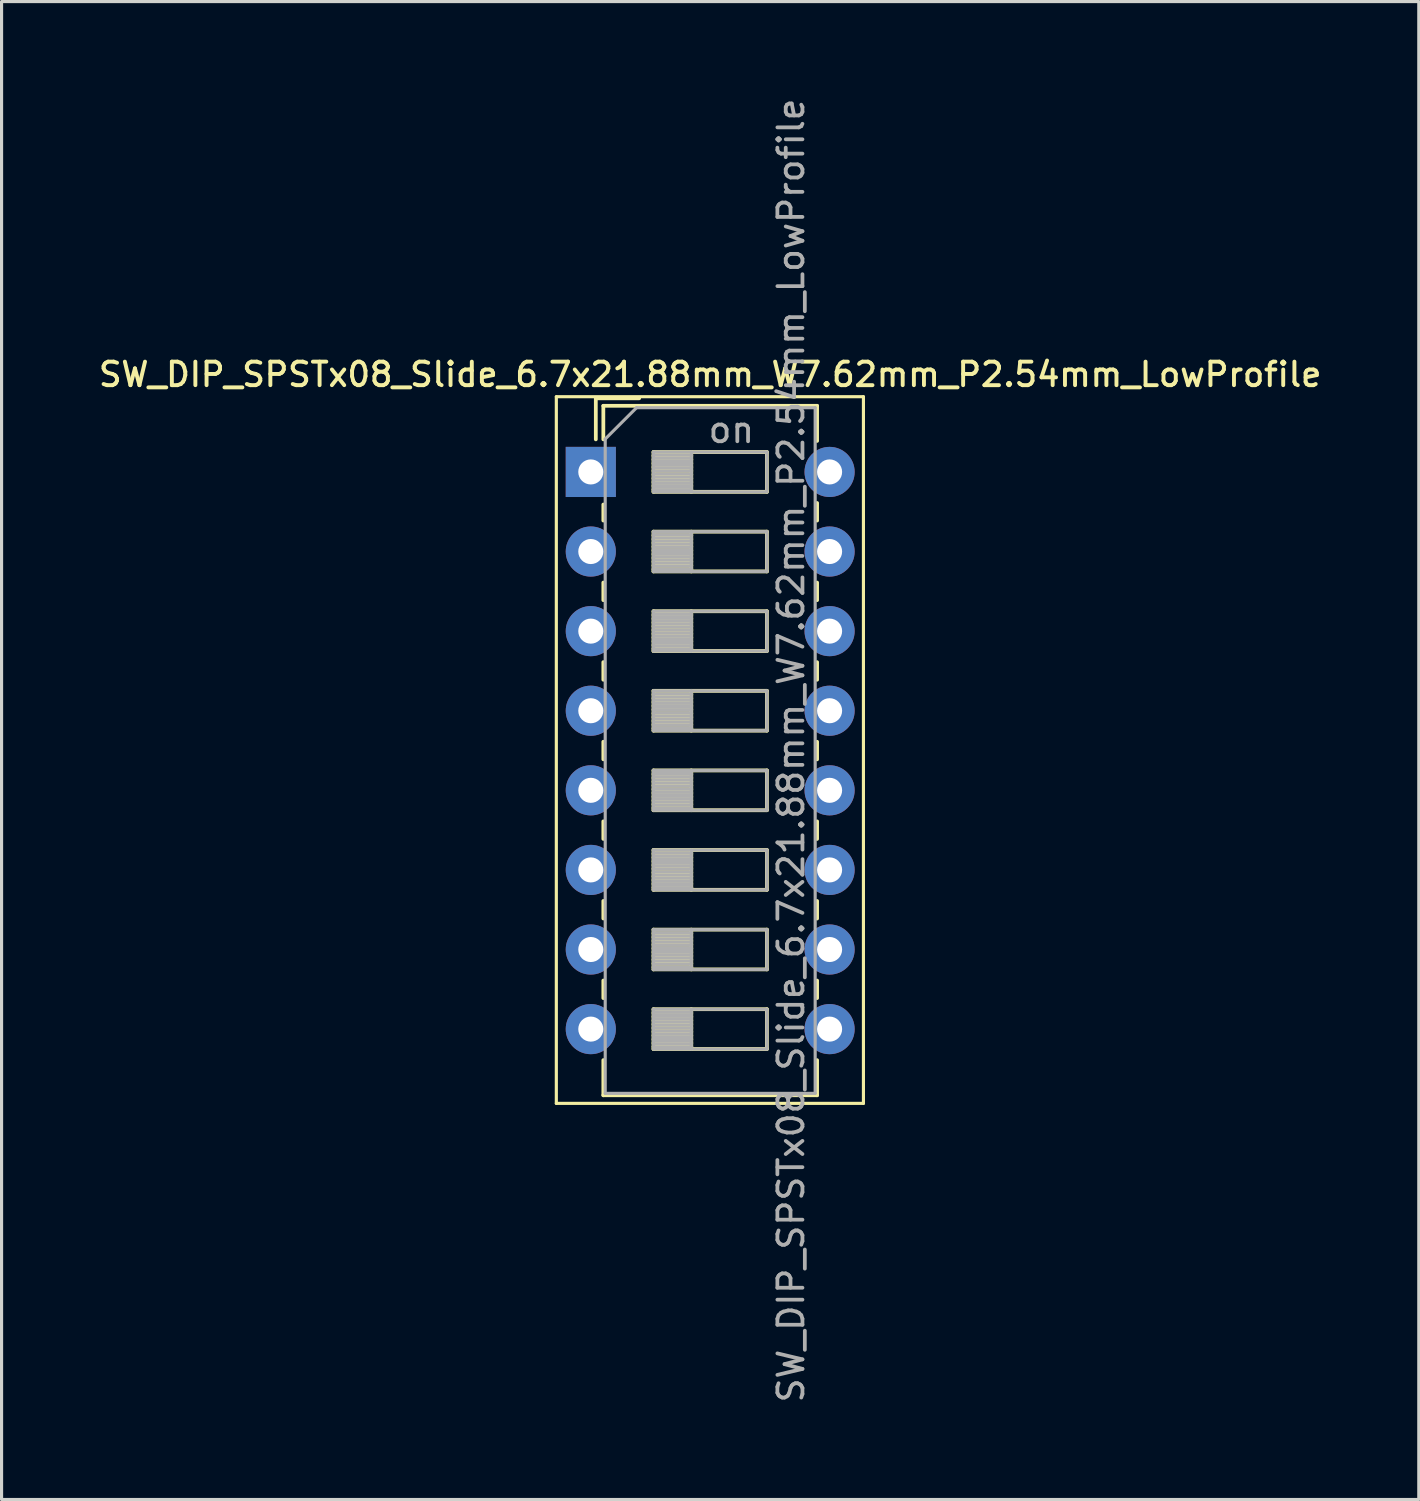
<source format=kicad_pcb>
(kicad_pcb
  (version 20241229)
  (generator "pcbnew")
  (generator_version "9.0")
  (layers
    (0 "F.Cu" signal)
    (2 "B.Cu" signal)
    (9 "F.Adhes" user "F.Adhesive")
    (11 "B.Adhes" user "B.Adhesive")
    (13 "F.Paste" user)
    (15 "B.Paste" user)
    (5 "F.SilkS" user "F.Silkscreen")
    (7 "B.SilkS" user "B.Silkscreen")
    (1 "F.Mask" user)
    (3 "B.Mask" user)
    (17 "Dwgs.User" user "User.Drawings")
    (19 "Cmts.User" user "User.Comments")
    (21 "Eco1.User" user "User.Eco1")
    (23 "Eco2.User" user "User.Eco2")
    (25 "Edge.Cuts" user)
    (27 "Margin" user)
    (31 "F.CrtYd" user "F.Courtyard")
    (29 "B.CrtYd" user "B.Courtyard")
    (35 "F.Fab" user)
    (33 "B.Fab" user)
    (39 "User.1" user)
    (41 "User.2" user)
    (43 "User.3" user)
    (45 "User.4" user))
  (footprint "SW_DIP_SPSTx08_Slide_6.7x21.88mm_W7.62mm_P2.54mm_LowProfile"
    (layer "F.Cu")
    (at 15.803 12.01)
    (property "Reference" "SW_DIP_SPSTx08_Slide_6.7x21.88mm_W7.62mm_P2.54mm_LowProfile" (at 3.81 -3.11 0) (layer "F.SilkS") (effects (font (size 0.75 0.75) (thickness 0.125))))
    (attr through_hole)
    (fp_line (start -1.1 -2.4) (end -1.1 20.15) (stroke (width 0.1) (type solid)) (layer "F.SilkS"))
    (fp_line (start -1.1 20.15) (end 8.7 20.15) (stroke (width 0.1) (type solid)) (layer "F.SilkS"))
    (fp_line (start 0.16 -2.35) (end 0.16 -1.04) (stroke (width 0.12) (type solid)) (layer "F.SilkS"))
    (fp_line (start 0.16 -2.35) (end 1.543 -2.35) (stroke (width 0.12) (type solid)) (layer "F.SilkS"))
    (fp_line (start 0.4 -2.11) (end 0.4 -1.04) (stroke (width 0.12) (type solid)) (layer "F.SilkS"))
    (fp_line (start 0.4 -2.11) (end 7.221 -2.11) (stroke (width 0.12) (type solid)) (layer "F.SilkS"))
    (fp_line (start 0.4 1.04) (end 0.4 1.551) (stroke (width 0.12) (type solid)) (layer "F.SilkS"))
    (fp_line (start 0.4 3.53) (end 0.4 4.091) (stroke (width 0.12) (type solid)) (layer "F.SilkS"))
    (fp_line (start 0.4 6.07) (end 0.4 6.631) (stroke (width 0.12) (type solid)) (layer "F.SilkS"))
    (fp_line (start 0.4 8.61) (end 0.4 9.17) (stroke (width 0.12) (type solid)) (layer "F.SilkS"))
    (fp_line (start 0.4 11.15) (end 0.4 11.71) (stroke (width 0.12) (type solid)) (layer "F.SilkS"))
    (fp_line (start 0.4 13.69) (end 0.4 14.25) (stroke (width 0.12) (type solid)) (layer "F.SilkS"))
    (fp_line (start 0.4 16.23) (end 0.4 16.79) (stroke (width 0.12) (type solid)) (layer "F.SilkS"))
    (fp_line (start 0.4 18.77) (end 0.4 19.891) (stroke (width 0.12) (type solid)) (layer "F.SilkS"))
    (fp_line (start 0.4 19.891) (end 7.221 19.891) (stroke (width 0.12) (type solid)) (layer "F.SilkS"))
    (fp_line (start 2 -0.635) (end 2 0.635) (stroke (width 0.12) (type solid)) (layer "F.SilkS"))
    (fp_line (start 2 -0.515) (end 3.207 -0.515) (stroke (width 0.12) (type solid)) (layer "F.SilkS"))
    (fp_line (start 2 -0.395) (end 3.207 -0.395) (stroke (width 0.12) (type solid)) (layer "F.SilkS"))
    (fp_line (start 2 -0.275) (end 3.207 -0.275) (stroke (width 0.12) (type solid)) (layer "F.SilkS"))
    (fp_line (start 2 -0.155) (end 3.207 -0.155) (stroke (width 0.12) (type solid)) (layer "F.SilkS"))
    (fp_line (start 2 -0.035) (end 3.207 -0.035) (stroke (width 0.12) (type solid)) (layer "F.SilkS"))
    (fp_line (start 2 0.085) (end 3.207 0.085) (stroke (width 0.12) (type solid)) (layer "F.SilkS"))
    (fp_line (start 2 0.205) (end 3.207 0.205) (stroke (width 0.12) (type solid)) (layer "F.SilkS"))
    (fp_line (start 2 0.325) (end 3.207 0.325) (stroke (width 0.12) (type solid)) (layer "F.SilkS"))
    (fp_line (start 2 0.445) (end 3.207 0.445) (stroke (width 0.12) (type solid)) (layer "F.SilkS"))
    (fp_line (start 2 0.565) (end 3.207 0.565) (stroke (width 0.12) (type solid)) (layer "F.SilkS"))
    (fp_line (start 2 0.635) (end 5.62 0.635) (stroke (width 0.12) (type solid)) (layer "F.SilkS"))
    (fp_line (start 2 1.905) (end 2 3.175) (stroke (width 0.12) (type solid)) (layer "F.SilkS"))
    (fp_line (start 2 2.025) (end 3.207 2.025) (stroke (width 0.12) (type solid)) (layer "F.SilkS"))
    (fp_line (start 2 2.145) (end 3.207 2.145) (stroke (width 0.12) (type solid)) (layer "F.SilkS"))
    (fp_line (start 2 2.265) (end 3.207 2.265) (stroke (width 0.12) (type solid)) (layer "F.SilkS"))
    (fp_line (start 2 2.385) (end 3.207 2.385) (stroke (width 0.12) (type solid)) (layer "F.SilkS"))
    (fp_line (start 2 2.505) (end 3.207 2.505) (stroke (width 0.12) (type solid)) (layer "F.SilkS"))
    (fp_line (start 2 2.625) (end 3.207 2.625) (stroke (width 0.12) (type solid)) (layer "F.SilkS"))
    (fp_line (start 2 2.745) (end 3.207 2.745) (stroke (width 0.12) (type solid)) (layer "F.SilkS"))
    (fp_line (start 2 2.865) (end 3.207 2.865) (stroke (width 0.12) (type solid)) (layer "F.SilkS"))
    (fp_line (start 2 2.985) (end 3.207 2.985) (stroke (width 0.12) (type solid)) (layer "F.SilkS"))
    (fp_line (start 2 3.105) (end 3.207 3.105) (stroke (width 0.12) (type solid)) (layer "F.SilkS"))
    (fp_line (start 2 3.175) (end 5.62 3.175) (stroke (width 0.12) (type solid)) (layer "F.SilkS"))
    (fp_line (start 2 4.445) (end 2 5.715) (stroke (width 0.12) (type solid)) (layer "F.SilkS"))
    (fp_line (start 2 4.565) (end 3.207 4.565) (stroke (width 0.12) (type solid)) (layer "F.SilkS"))
    (fp_line (start 2 4.685) (end 3.207 4.685) (stroke (width 0.12) (type solid)) (layer "F.SilkS"))
    (fp_line (start 2 4.805) (end 3.207 4.805) (stroke (width 0.12) (type solid)) (layer "F.SilkS"))
    (fp_line (start 2 4.925) (end 3.207 4.925) (stroke (width 0.12) (type solid)) (layer "F.SilkS"))
    (fp_line (start 2 5.045) (end 3.207 5.045) (stroke (width 0.12) (type solid)) (layer "F.SilkS"))
    (fp_line (start 2 5.165) (end 3.207 5.165) (stroke (width 0.12) (type solid)) (layer "F.SilkS"))
    (fp_line (start 2 5.285) (end 3.207 5.285) (stroke (width 0.12) (type solid)) (layer "F.SilkS"))
    (fp_line (start 2 5.405) (end 3.207 5.405) (stroke (width 0.12) (type solid)) (layer "F.SilkS"))
    (fp_line (start 2 5.525) (end 3.207 5.525) (stroke (width 0.12) (type solid)) (layer "F.SilkS"))
    (fp_line (start 2 5.645) (end 3.207 5.645) (stroke (width 0.12) (type solid)) (layer "F.SilkS"))
    (fp_line (start 2 5.715) (end 5.62 5.715) (stroke (width 0.12) (type solid)) (layer "F.SilkS"))
    (fp_line (start 2 6.985) (end 2 8.255) (stroke (width 0.12) (type solid)) (layer "F.SilkS"))
    (fp_line (start 2 7.105) (end 3.207 7.105) (stroke (width 0.12) (type solid)) (layer "F.SilkS"))
    (fp_line (start 2 7.225) (end 3.207 7.225) (stroke (width 0.12) (type solid)) (layer "F.SilkS"))
    (fp_line (start 2 7.345) (end 3.207 7.345) (stroke (width 0.12) (type solid)) (layer "F.SilkS"))
    (fp_line (start 2 7.465) (end 3.207 7.465) (stroke (width 0.12) (type solid)) (layer "F.SilkS"))
    (fp_line (start 2 7.585) (end 3.207 7.585) (stroke (width 0.12) (type solid)) (layer "F.SilkS"))
    (fp_line (start 2 7.705) (end 3.207 7.705) (stroke (width 0.12) (type solid)) (layer "F.SilkS"))
    (fp_line (start 2 7.825) (end 3.207 7.825) (stroke (width 0.12) (type solid)) (layer "F.SilkS"))
    (fp_line (start 2 7.945) (end 3.207 7.945) (stroke (width 0.12) (type solid)) (layer "F.SilkS"))
    (fp_line (start 2 8.065) (end 3.207 8.065) (stroke (width 0.12) (type solid)) (layer "F.SilkS"))
    (fp_line (start 2 8.185) (end 3.207 8.185) (stroke (width 0.12) (type solid)) (layer "F.SilkS"))
    (fp_line (start 2 8.255) (end 5.62 8.255) (stroke (width 0.12) (type solid)) (layer "F.SilkS"))
    (fp_line (start 2 9.525) (end 2 10.795) (stroke (width 0.12) (type solid)) (layer "F.SilkS"))
    (fp_line (start 2 9.645) (end 3.207 9.645) (stroke (width 0.12) (type solid)) (layer "F.SilkS"))
    (fp_line (start 2 9.765) (end 3.207 9.765) (stroke (width 0.12) (type solid)) (layer "F.SilkS"))
    (fp_line (start 2 9.885) (end 3.207 9.885) (stroke (width 0.12) (type solid)) (layer "F.SilkS"))
    (fp_line (start 2 10.005) (end 3.207 10.005) (stroke (width 0.12) (type solid)) (layer "F.SilkS"))
    (fp_line (start 2 10.125) (end 3.207 10.125) (stroke (width 0.12) (type solid)) (layer "F.SilkS"))
    (fp_line (start 2 10.245) (end 3.207 10.245) (stroke (width 0.12) (type solid)) (layer "F.SilkS"))
    (fp_line (start 2 10.365) (end 3.207 10.365) (stroke (width 0.12) (type solid)) (layer "F.SilkS"))
    (fp_line (start 2 10.485) (end 3.207 10.485) (stroke (width 0.12) (type solid)) (layer "F.SilkS"))
    (fp_line (start 2 10.605) (end 3.207 10.605) (stroke (width 0.12) (type solid)) (layer "F.SilkS"))
    (fp_line (start 2 10.725) (end 3.207 10.725) (stroke (width 0.12) (type solid)) (layer "F.SilkS"))
    (fp_line (start 2 10.795) (end 5.62 10.795) (stroke (width 0.12) (type solid)) (layer "F.SilkS"))
    (fp_line (start 2 12.065) (end 2 13.335) (stroke (width 0.12) (type solid)) (layer "F.SilkS"))
    (fp_line (start 2 12.185) (end 3.207 12.185) (stroke (width 0.12) (type solid)) (layer "F.SilkS"))
    (fp_line (start 2 12.305) (end 3.207 12.305) (stroke (width 0.12) (type solid)) (layer "F.SilkS"))
    (fp_line (start 2 12.425) (end 3.207 12.425) (stroke (width 0.12) (type solid)) (layer "F.SilkS"))
    (fp_line (start 2 12.545) (end 3.207 12.545) (stroke (width 0.12) (type solid)) (layer "F.SilkS"))
    (fp_line (start 2 12.665) (end 3.207 12.665) (stroke (width 0.12) (type solid)) (layer "F.SilkS"))
    (fp_line (start 2 12.785) (end 3.207 12.785) (stroke (width 0.12) (type solid)) (layer "F.SilkS"))
    (fp_line (start 2 12.905) (end 3.207 12.905) (stroke (width 0.12) (type solid)) (layer "F.SilkS"))
    (fp_line (start 2 13.025) (end 3.207 13.025) (stroke (width 0.12) (type solid)) (layer "F.SilkS"))
    (fp_line (start 2 13.145) (end 3.207 13.145) (stroke (width 0.12) (type solid)) (layer "F.SilkS"))
    (fp_line (start 2 13.265) (end 3.207 13.265) (stroke (width 0.12) (type solid)) (layer "F.SilkS"))
    (fp_line (start 2 13.335) (end 5.62 13.335) (stroke (width 0.12) (type solid)) (layer "F.SilkS"))
    (fp_line (start 2 14.605) (end 2 15.875) (stroke (width 0.12) (type solid)) (layer "F.SilkS"))
    (fp_line (start 2 14.725) (end 3.207 14.725) (stroke (width 0.12) (type solid)) (layer "F.SilkS"))
    (fp_line (start 2 14.845) (end 3.207 14.845) (stroke (width 0.12) (type solid)) (layer "F.SilkS"))
    (fp_line (start 2 14.965) (end 3.207 14.965) (stroke (width 0.12) (type solid)) (layer "F.SilkS"))
    (fp_line (start 2 15.085) (end 3.207 15.085) (stroke (width 0.12) (type solid)) (layer "F.SilkS"))
    (fp_line (start 2 15.205) (end 3.207 15.205) (stroke (width 0.12) (type solid)) (layer "F.SilkS"))
    (fp_line (start 2 15.325) (end 3.207 15.325) (stroke (width 0.12) (type solid)) (layer "F.SilkS"))
    (fp_line (start 2 15.445) (end 3.207 15.445) (stroke (width 0.12) (type solid)) (layer "F.SilkS"))
    (fp_line (start 2 15.565) (end 3.207 15.565) (stroke (width 0.12) (type solid)) (layer "F.SilkS"))
    (fp_line (start 2 15.685) (end 3.207 15.685) (stroke (width 0.12) (type solid)) (layer "F.SilkS"))
    (fp_line (start 2 15.805) (end 3.207 15.805) (stroke (width 0.12) (type solid)) (layer "F.SilkS"))
    (fp_line (start 2 15.875) (end 5.62 15.875) (stroke (width 0.12) (type solid)) (layer "F.SilkS"))
    (fp_line (start 2 17.145) (end 2 18.415) (stroke (width 0.12) (type solid)) (layer "F.SilkS"))
    (fp_line (start 2 17.265) (end 3.207 17.265) (stroke (width 0.12) (type solid)) (layer "F.SilkS"))
    (fp_line (start 2 17.385) (end 3.207 17.385) (stroke (width 0.12) (type solid)) (layer "F.SilkS"))
    (fp_line (start 2 17.505) (end 3.207 17.505) (stroke (width 0.12) (type solid)) (layer "F.SilkS"))
    (fp_line (start 2 17.625) (end 3.207 17.625) (stroke (width 0.12) (type solid)) (layer "F.SilkS"))
    (fp_line (start 2 17.745) (end 3.207 17.745) (stroke (width 0.12) (type solid)) (layer "F.SilkS"))
    (fp_line (start 2 17.865) (end 3.207 17.865) (stroke (width 0.12) (type solid)) (layer "F.SilkS"))
    (fp_line (start 2 17.985) (end 3.207 17.985) (stroke (width 0.12) (type solid)) (layer "F.SilkS"))
    (fp_line (start 2 18.105) (end 3.207 18.105) (stroke (width 0.12) (type solid)) (layer "F.SilkS"))
    (fp_line (start 2 18.225) (end 3.207 18.225) (stroke (width 0.12) (type solid)) (layer "F.SilkS"))
    (fp_line (start 2 18.345) (end 3.207 18.345) (stroke (width 0.12) (type solid)) (layer "F.SilkS"))
    (fp_line (start 2 18.415) (end 5.62 18.415) (stroke (width 0.12) (type solid)) (layer "F.SilkS"))
    (fp_line (start 3.207 -0.635) (end 3.207 0.635) (stroke (width 0.12) (type solid)) (layer "F.SilkS"))
    (fp_line (start 3.207 1.905) (end 3.207 3.175) (stroke (width 0.12) (type solid)) (layer "F.SilkS"))
    (fp_line (start 3.207 4.445) (end 3.207 5.715) (stroke (width 0.12) (type solid)) (layer "F.SilkS"))
    (fp_line (start 3.207 6.985) (end 3.207 8.255) (stroke (width 0.12) (type solid)) (layer "F.SilkS"))
    (fp_line (start 3.207 9.525) (end 3.207 10.795) (stroke (width 0.12) (type solid)) (layer "F.SilkS"))
    (fp_line (start 3.207 12.065) (end 3.207 13.335) (stroke (width 0.12) (type solid)) (layer "F.SilkS"))
    (fp_line (start 3.207 14.605) (end 3.207 15.875) (stroke (width 0.12) (type solid)) (layer "F.SilkS"))
    (fp_line (start 3.207 17.145) (end 3.207 18.415) (stroke (width 0.12) (type solid)) (layer "F.SilkS"))
    (fp_line (start 5.62 -0.635) (end 2 -0.635) (stroke (width 0.12) (type solid)) (layer "F.SilkS"))
    (fp_line (start 5.62 0.635) (end 5.62 -0.635) (stroke (width 0.12) (type solid)) (layer "F.SilkS"))
    (fp_line (start 5.62 1.905) (end 2 1.905) (stroke (width 0.12) (type solid)) (layer "F.SilkS"))
    (fp_line (start 5.62 3.175) (end 5.62 1.905) (stroke (width 0.12) (type solid)) (layer "F.SilkS"))
    (fp_line (start 5.62 4.445) (end 2 4.445) (stroke (width 0.12) (type solid)) (layer "F.SilkS"))
    (fp_line (start 5.62 5.715) (end 5.62 4.445) (stroke (width 0.12) (type solid)) (layer "F.SilkS"))
    (fp_line (start 5.62 6.985) (end 2 6.985) (stroke (width 0.12) (type solid)) (layer "F.SilkS"))
    (fp_line (start 5.62 8.255) (end 5.62 6.985) (stroke (width 0.12) (type solid)) (layer "F.SilkS"))
    (fp_line (start 5.62 9.525) (end 2 9.525) (stroke (width 0.12) (type solid)) (layer "F.SilkS"))
    (fp_line (start 5.62 10.795) (end 5.62 9.525) (stroke (width 0.12) (type solid)) (layer "F.SilkS"))
    (fp_line (start 5.62 12.065) (end 2 12.065) (stroke (width 0.12) (type solid)) (layer "F.SilkS"))
    (fp_line (start 5.62 13.335) (end 5.62 12.065) (stroke (width 0.12) (type solid)) (layer "F.SilkS"))
    (fp_line (start 5.62 14.605) (end 2 14.605) (stroke (width 0.12) (type solid)) (layer "F.SilkS"))
    (fp_line (start 5.62 15.875) (end 5.62 14.605) (stroke (width 0.12) (type solid)) (layer "F.SilkS"))
    (fp_line (start 5.62 17.145) (end 2 17.145) (stroke (width 0.12) (type solid)) (layer "F.SilkS"))
    (fp_line (start 5.62 18.415) (end 5.62 17.145) (stroke (width 0.12) (type solid)) (layer "F.SilkS"))
    (fp_line (start 7.221 -2.11) (end 7.221 -0.99) (stroke (width 0.12) (type solid)) (layer "F.SilkS"))
    (fp_line (start 7.221 0.991) (end 7.221 1.551) (stroke (width 0.12) (type solid)) (layer "F.SilkS"))
    (fp_line (start 7.221 3.531) (end 7.221 4.091) (stroke (width 0.12) (type solid)) (layer "F.SilkS"))
    (fp_line (start 7.221 6.071) (end 7.221 6.631) (stroke (width 0.12) (type solid)) (layer "F.SilkS"))
    (fp_line (start 7.221 8.611) (end 7.221 9.171) (stroke (width 0.12) (type solid)) (layer "F.SilkS"))
    (fp_line (start 7.221 11.151) (end 7.221 11.711) (stroke (width 0.12) (type solid)) (layer "F.SilkS"))
    (fp_line (start 7.221 13.691) (end 7.221 14.251) (stroke (width 0.12) (type solid)) (layer "F.SilkS"))
    (fp_line (start 7.221 16.231) (end 7.221 16.79) (stroke (width 0.12) (type solid)) (layer "F.SilkS"))
    (fp_line (start 7.221 18.771) (end 7.221 19.891) (stroke (width 0.12) (type solid)) (layer "F.SilkS"))
    (fp_line (start 8.7 -2.4) (end -1.1 -2.4) (stroke (width 0.1) (type solid)) (layer "F.SilkS"))
    (fp_line (start 8.7 20.15) (end 8.7 -2.4) (stroke (width 0.1) (type solid)) (layer "F.SilkS"))
    (fp_line (start 0.46 -1.05) (end 1.46 -2.05) (stroke (width 0.1) (type solid)) (layer "F.Fab"))
    (fp_line (start 0.46 19.83) (end 0.46 -1.05) (stroke (width 0.1) (type solid)) (layer "F.Fab"))
    (fp_line (start 1.46 -2.05) (end 7.16 -2.05) (stroke (width 0.1) (type solid)) (layer "F.Fab"))
    (fp_line (start 2 -0.635) (end 2 0.635) (stroke (width 0.1) (type solid)) (layer "F.Fab"))
    (fp_line (start 2 -0.535) (end 3.207 -0.535) (stroke (width 0.1) (type solid)) (layer "F.Fab"))
    (fp_line (start 2 -0.435) (end 3.207 -0.435) (stroke (width 0.1) (type solid)) (layer "F.Fab"))
    (fp_line (start 2 -0.335) (end 3.207 -0.335) (stroke (width 0.1) (type solid)) (layer "F.Fab"))
    (fp_line (start 2 -0.235) (end 3.207 -0.235) (stroke (width 0.1) (type solid)) (layer "F.Fab"))
    (fp_line (start 2 -0.135) (end 3.207 -0.135) (stroke (width 0.1) (type solid)) (layer "F.Fab"))
    (fp_line (start 2 -0.035) (end 3.207 -0.035) (stroke (width 0.1) (type solid)) (layer "F.Fab"))
    (fp_line (start 2 0.065) (end 3.207 0.065) (stroke (width 0.1) (type solid)) (layer "F.Fab"))
    (fp_line (start 2 0.165) (end 3.207 0.165) (stroke (width 0.1) (type solid)) (layer "F.Fab"))
    (fp_line (start 2 0.265) (end 3.207 0.265) (stroke (width 0.1) (type solid)) (layer "F.Fab"))
    (fp_line (start 2 0.365) (end 3.207 0.365) (stroke (width 0.1) (type solid)) (layer "F.Fab"))
    (fp_line (start 2 0.465) (end 3.207 0.465) (stroke (width 0.1) (type solid)) (layer "F.Fab"))
    (fp_line (start 2 0.565) (end 3.207 0.565) (stroke (width 0.1) (type solid)) (layer "F.Fab"))
    (fp_line (start 2 0.635) (end 5.62 0.635) (stroke (width 0.1) (type solid)) (layer "F.Fab"))
    (fp_line (start 2 1.905) (end 2 3.175) (stroke (width 0.1) (type solid)) (layer "F.Fab"))
    (fp_line (start 2 2.005) (end 3.207 2.005) (stroke (width 0.1) (type solid)) (layer "F.Fab"))
    (fp_line (start 2 2.105) (end 3.207 2.105) (stroke (width 0.1) (type solid)) (layer "F.Fab"))
    (fp_line (start 2 2.205) (end 3.207 2.205) (stroke (width 0.1) (type solid)) (layer "F.Fab"))
    (fp_line (start 2 2.305) (end 3.207 2.305) (stroke (width 0.1) (type solid)) (layer "F.Fab"))
    (fp_line (start 2 2.405) (end 3.207 2.405) (stroke (width 0.1) (type solid)) (layer "F.Fab"))
    (fp_line (start 2 2.505) (end 3.207 2.505) (stroke (width 0.1) (type solid)) (layer "F.Fab"))
    (fp_line (start 2 2.605) (end 3.207 2.605) (stroke (width 0.1) (type solid)) (layer "F.Fab"))
    (fp_line (start 2 2.705) (end 3.207 2.705) (stroke (width 0.1) (type solid)) (layer "F.Fab"))
    (fp_line (start 2 2.805) (end 3.207 2.805) (stroke (width 0.1) (type solid)) (layer "F.Fab"))
    (fp_line (start 2 2.905) (end 3.207 2.905) (stroke (width 0.1) (type solid)) (layer "F.Fab"))
    (fp_line (start 2 3.005) (end 3.207 3.005) (stroke (width 0.1) (type solid)) (layer "F.Fab"))
    (fp_line (start 2 3.105) (end 3.207 3.105) (stroke (width 0.1) (type solid)) (layer "F.Fab"))
    (fp_line (start 2 3.175) (end 5.62 3.175) (stroke (width 0.1) (type solid)) (layer "F.Fab"))
    (fp_line (start 2 4.445) (end 2 5.715) (stroke (width 0.1) (type solid)) (layer "F.Fab"))
    (fp_line (start 2 4.545) (end 3.207 4.545) (stroke (width 0.1) (type solid)) (layer "F.Fab"))
    (fp_line (start 2 4.645) (end 3.207 4.645) (stroke (width 0.1) (type solid)) (layer "F.Fab"))
    (fp_line (start 2 4.745) (end 3.207 4.745) (stroke (width 0.1) (type solid)) (layer "F.Fab"))
    (fp_line (start 2 4.845) (end 3.207 4.845) (stroke (width 0.1) (type solid)) (layer "F.Fab"))
    (fp_line (start 2 4.945) (end 3.207 4.945) (stroke (width 0.1) (type solid)) (layer "F.Fab"))
    (fp_line (start 2 5.045) (end 3.207 5.045) (stroke (width 0.1) (type solid)) (layer "F.Fab"))
    (fp_line (start 2 5.145) (end 3.207 5.145) (stroke (width 0.1) (type solid)) (layer "F.Fab"))
    (fp_line (start 2 5.245) (end 3.207 5.245) (stroke (width 0.1) (type solid)) (layer "F.Fab"))
    (fp_line (start 2 5.345) (end 3.207 5.345) (stroke (width 0.1) (type solid)) (layer "F.Fab"))
    (fp_line (start 2 5.445) (end 3.207 5.445) (stroke (width 0.1) (type solid)) (layer "F.Fab"))
    (fp_line (start 2 5.545) (end 3.207 5.545) (stroke (width 0.1) (type solid)) (layer "F.Fab"))
    (fp_line (start 2 5.645) (end 3.207 5.645) (stroke (width 0.1) (type solid)) (layer "F.Fab"))
    (fp_line (start 2 5.715) (end 5.62 5.715) (stroke (width 0.1) (type solid)) (layer "F.Fab"))
    (fp_line (start 2 6.985) (end 2 8.255) (stroke (width 0.1) (type solid)) (layer "F.Fab"))
    (fp_line (start 2 7.085) (end 3.207 7.085) (stroke (width 0.1) (type solid)) (layer "F.Fab"))
    (fp_line (start 2 7.185) (end 3.207 7.185) (stroke (width 0.1) (type solid)) (layer "F.Fab"))
    (fp_line (start 2 7.285) (end 3.207 7.285) (stroke (width 0.1) (type solid)) (layer "F.Fab"))
    (fp_line (start 2 7.385) (end 3.207 7.385) (stroke (width 0.1) (type solid)) (layer "F.Fab"))
    (fp_line (start 2 7.485) (end 3.207 7.485) (stroke (width 0.1) (type solid)) (layer "F.Fab"))
    (fp_line (start 2 7.585) (end 3.207 7.585) (stroke (width 0.1) (type solid)) (layer "F.Fab"))
    (fp_line (start 2 7.685) (end 3.207 7.685) (stroke (width 0.1) (type solid)) (layer "F.Fab"))
    (fp_line (start 2 7.785) (end 3.207 7.785) (stroke (width 0.1) (type solid)) (layer "F.Fab"))
    (fp_line (start 2 7.885) (end 3.207 7.885) (stroke (width 0.1) (type solid)) (layer "F.Fab"))
    (fp_line (start 2 7.985) (end 3.207 7.985) (stroke (width 0.1) (type solid)) (layer "F.Fab"))
    (fp_line (start 2 8.085) (end 3.207 8.085) (stroke (width 0.1) (type solid)) (layer "F.Fab"))
    (fp_line (start 2 8.185) (end 3.207 8.185) (stroke (width 0.1) (type solid)) (layer "F.Fab"))
    (fp_line (start 2 8.255) (end 5.62 8.255) (stroke (width 0.1) (type solid)) (layer "F.Fab"))
    (fp_line (start 2 9.525) (end 2 10.795) (stroke (width 0.1) (type solid)) (layer "F.Fab"))
    (fp_line (start 2 9.625) (end 3.207 9.625) (stroke (width 0.1) (type solid)) (layer "F.Fab"))
    (fp_line (start 2 9.725) (end 3.207 9.725) (stroke (width 0.1) (type solid)) (layer "F.Fab"))
    (fp_line (start 2 9.825) (end 3.207 9.825) (stroke (width 0.1) (type solid)) (layer "F.Fab"))
    (fp_line (start 2 9.925) (end 3.207 9.925) (stroke (width 0.1) (type solid)) (layer "F.Fab"))
    (fp_line (start 2 10.025) (end 3.207 10.025) (stroke (width 0.1) (type solid)) (layer "F.Fab"))
    (fp_line (start 2 10.125) (end 3.207 10.125) (stroke (width 0.1) (type solid)) (layer "F.Fab"))
    (fp_line (start 2 10.225) (end 3.207 10.225) (stroke (width 0.1) (type solid)) (layer "F.Fab"))
    (fp_line (start 2 10.325) (end 3.207 10.325) (stroke (width 0.1) (type solid)) (layer "F.Fab"))
    (fp_line (start 2 10.425) (end 3.207 10.425) (stroke (width 0.1) (type solid)) (layer "F.Fab"))
    (fp_line (start 2 10.525) (end 3.207 10.525) (stroke (width 0.1) (type solid)) (layer "F.Fab"))
    (fp_line (start 2 10.625) (end 3.207 10.625) (stroke (width 0.1) (type solid)) (layer "F.Fab"))
    (fp_line (start 2 10.725) (end 3.207 10.725) (stroke (width 0.1) (type solid)) (layer "F.Fab"))
    (fp_line (start 2 10.795) (end 5.62 10.795) (stroke (width 0.1) (type solid)) (layer "F.Fab"))
    (fp_line (start 2 12.065) (end 2 13.335) (stroke (width 0.1) (type solid)) (layer "F.Fab"))
    (fp_line (start 2 12.165) (end 3.207 12.165) (stroke (width 0.1) (type solid)) (layer "F.Fab"))
    (fp_line (start 2 12.265) (end 3.207 12.265) (stroke (width 0.1) (type solid)) (layer "F.Fab"))
    (fp_line (start 2 12.365) (end 3.207 12.365) (stroke (width 0.1) (type solid)) (layer "F.Fab"))
    (fp_line (start 2 12.465) (end 3.207 12.465) (stroke (width 0.1) (type solid)) (layer "F.Fab"))
    (fp_line (start 2 12.565) (end 3.207 12.565) (stroke (width 0.1) (type solid)) (layer "F.Fab"))
    (fp_line (start 2 12.665) (end 3.207 12.665) (stroke (width 0.1) (type solid)) (layer "F.Fab"))
    (fp_line (start 2 12.765) (end 3.207 12.765) (stroke (width 0.1) (type solid)) (layer "F.Fab"))
    (fp_line (start 2 12.865) (end 3.207 12.865) (stroke (width 0.1) (type solid)) (layer "F.Fab"))
    (fp_line (start 2 12.965) (end 3.207 12.965) (stroke (width 0.1) (type solid)) (layer "F.Fab"))
    (fp_line (start 2 13.065) (end 3.207 13.065) (stroke (width 0.1) (type solid)) (layer "F.Fab"))
    (fp_line (start 2 13.165) (end 3.207 13.165) (stroke (width 0.1) (type solid)) (layer "F.Fab"))
    (fp_line (start 2 13.265) (end 3.207 13.265) (stroke (width 0.1) (type solid)) (layer "F.Fab"))
    (fp_line (start 2 13.335) (end 5.62 13.335) (stroke (width 0.1) (type solid)) (layer "F.Fab"))
    (fp_line (start 2 14.605) (end 2 15.875) (stroke (width 0.1) (type solid)) (layer "F.Fab"))
    (fp_line (start 2 14.705) (end 3.207 14.705) (stroke (width 0.1) (type solid)) (layer "F.Fab"))
    (fp_line (start 2 14.805) (end 3.207 14.805) (stroke (width 0.1) (type solid)) (layer "F.Fab"))
    (fp_line (start 2 14.905) (end 3.207 14.905) (stroke (width 0.1) (type solid)) (layer "F.Fab"))
    (fp_line (start 2 15.005) (end 3.207 15.005) (stroke (width 0.1) (type solid)) (layer "F.Fab"))
    (fp_line (start 2 15.105) (end 3.207 15.105) (stroke (width 0.1) (type solid)) (layer "F.Fab"))
    (fp_line (start 2 15.205) (end 3.207 15.205) (stroke (width 0.1) (type solid)) (layer "F.Fab"))
    (fp_line (start 2 15.305) (end 3.207 15.305) (stroke (width 0.1) (type solid)) (layer "F.Fab"))
    (fp_line (start 2 15.405) (end 3.207 15.405) (stroke (width 0.1) (type solid)) (layer "F.Fab"))
    (fp_line (start 2 15.505) (end 3.207 15.505) (stroke (width 0.1) (type solid)) (layer "F.Fab"))
    (fp_line (start 2 15.605) (end 3.207 15.605) (stroke (width 0.1) (type solid)) (layer "F.Fab"))
    (fp_line (start 2 15.705) (end 3.207 15.705) (stroke (width 0.1) (type solid)) (layer "F.Fab"))
    (fp_line (start 2 15.805) (end 3.207 15.805) (stroke (width 0.1) (type solid)) (layer "F.Fab"))
    (fp_line (start 2 15.875) (end 5.62 15.875) (stroke (width 0.1) (type solid)) (layer "F.Fab"))
    (fp_line (start 2 17.145) (end 2 18.415) (stroke (width 0.1) (type solid)) (layer "F.Fab"))
    (fp_line (start 2 17.245) (end 3.207 17.245) (stroke (width 0.1) (type solid)) (layer "F.Fab"))
    (fp_line (start 2 17.345) (end 3.207 17.345) (stroke (width 0.1) (type solid)) (layer "F.Fab"))
    (fp_line (start 2 17.445) (end 3.207 17.445) (stroke (width 0.1) (type solid)) (layer "F.Fab"))
    (fp_line (start 2 17.545) (end 3.207 17.545) (stroke (width 0.1) (type solid)) (layer "F.Fab"))
    (fp_line (start 2 17.645) (end 3.207 17.645) (stroke (width 0.1) (type solid)) (layer "F.Fab"))
    (fp_line (start 2 17.745) (end 3.207 17.745) (stroke (width 0.1) (type solid)) (layer "F.Fab"))
    (fp_line (start 2 17.845) (end 3.207 17.845) (stroke (width 0.1) (type solid)) (layer "F.Fab"))
    (fp_line (start 2 17.945) (end 3.207 17.945) (stroke (width 0.1) (type solid)) (layer "F.Fab"))
    (fp_line (start 2 18.045) (end 3.207 18.045) (stroke (width 0.1) (type solid)) (layer "F.Fab"))
    (fp_line (start 2 18.145) (end 3.207 18.145) (stroke (width 0.1) (type solid)) (layer "F.Fab"))
    (fp_line (start 2 18.245) (end 3.207 18.245) (stroke (width 0.1) (type solid)) (layer "F.Fab"))
    (fp_line (start 2 18.345) (end 3.207 18.345) (stroke (width 0.1) (type solid)) (layer "F.Fab"))
    (fp_line (start 2 18.415) (end 5.62 18.415) (stroke (width 0.1) (type solid)) (layer "F.Fab"))
    (fp_line (start 3.207 -0.635) (end 3.207 0.635) (stroke (width 0.1) (type solid)) (layer "F.Fab"))
    (fp_line (start 3.207 1.905) (end 3.207 3.175) (stroke (width 0.1) (type solid)) (layer "F.Fab"))
    (fp_line (start 3.207 4.445) (end 3.207 5.715) (stroke (width 0.1) (type solid)) (layer "F.Fab"))
    (fp_line (start 3.207 6.985) (end 3.207 8.255) (stroke (width 0.1) (type solid)) (layer "F.Fab"))
    (fp_line (start 3.207 9.525) (end 3.207 10.795) (stroke (width 0.1) (type solid)) (layer "F.Fab"))
    (fp_line (start 3.207 12.065) (end 3.207 13.335) (stroke (width 0.1) (type solid)) (layer "F.Fab"))
    (fp_line (start 3.207 14.605) (end 3.207 15.875) (stroke (width 0.1) (type solid)) (layer "F.Fab"))
    (fp_line (start 3.207 17.145) (end 3.207 18.415) (stroke (width 0.1) (type solid)) (layer "F.Fab"))
    (fp_line (start 5.62 -0.635) (end 2 -0.635) (stroke (width 0.1) (type solid)) (layer "F.Fab"))
    (fp_line (start 5.62 0.635) (end 5.62 -0.635) (stroke (width 0.1) (type solid)) (layer "F.Fab"))
    (fp_line (start 5.62 1.905) (end 2 1.905) (stroke (width 0.1) (type solid)) (layer "F.Fab"))
    (fp_line (start 5.62 3.175) (end 5.62 1.905) (stroke (width 0.1) (type solid)) (layer "F.Fab"))
    (fp_line (start 5.62 4.445) (end 2 4.445) (stroke (width 0.1) (type solid)) (layer "F.Fab"))
    (fp_line (start 5.62 5.715) (end 5.62 4.445) (stroke (width 0.1) (type solid)) (layer "F.Fab"))
    (fp_line (start 5.62 6.985) (end 2 6.985) (stroke (width 0.1) (type solid)) (layer "F.Fab"))
    (fp_line (start 5.62 8.255) (end 5.62 6.985) (stroke (width 0.1) (type solid)) (layer "F.Fab"))
    (fp_line (start 5.62 9.525) (end 2 9.525) (stroke (width 0.1) (type solid)) (layer "F.Fab"))
    (fp_line (start 5.62 10.795) (end 5.62 9.525) (stroke (width 0.1) (type solid)) (layer "F.Fab"))
    (fp_line (start 5.62 12.065) (end 2 12.065) (stroke (width 0.1) (type solid)) (layer "F.Fab"))
    (fp_line (start 5.62 13.335) (end 5.62 12.065) (stroke (width 0.1) (type solid)) (layer "F.Fab"))
    (fp_line (start 5.62 14.605) (end 2 14.605) (stroke (width 0.1) (type solid)) (layer "F.Fab"))
    (fp_line (start 5.62 15.875) (end 5.62 14.605) (stroke (width 0.1) (type solid)) (layer "F.Fab"))
    (fp_line (start 5.62 17.145) (end 2 17.145) (stroke (width 0.1) (type solid)) (layer "F.Fab"))
    (fp_line (start 5.62 18.415) (end 5.62 17.145) (stroke (width 0.1) (type solid)) (layer "F.Fab"))
    (fp_line (start 7.16 -2.05) (end 7.16 19.83) (stroke (width 0.1) (type solid)) (layer "F.Fab"))
    (fp_line (start 7.16 19.83) (end 0.46 19.83) (stroke (width 0.1) (type solid)) (layer "F.Fab"))
    (fp_text user "${REFERENCE}" (at 6.39 8.89 90) (layer "F.Fab") (effects (font (size 0.8 0.8) (thickness 0.12))))
    (fp_text user "on" (at 4.485 -1.343 0) (layer "F.Fab") (effects (font (size 0.8 0.8) (thickness 0.12))))
    (pad "1" thru_hole rect (at 0 0) (size 1.6 1.6) (drill 0.8) (layers "*.Cu" "*.Mask"))
    (pad "2" thru_hole oval (at 0 2.54) (size 1.6 1.6) (drill 0.8) (layers "*.Cu" "*.Mask"))
    (pad "3" thru_hole oval (at 0 5.08) (size 1.6 1.6) (drill 0.8) (layers "*.Cu" "*.Mask"))
    (pad "4" thru_hole oval (at 0 7.62) (size 1.6 1.6) (drill 0.8) (layers "*.Cu" "*.Mask"))
    (pad "5" thru_hole oval (at 0 10.16) (size 1.6 1.6) (drill 0.8) (layers "*.Cu" "*.Mask"))
    (pad "6" thru_hole oval (at 0 12.7) (size 1.6 1.6) (drill 0.8) (layers "*.Cu" "*.Mask"))
    (pad "7" thru_hole oval (at 0 15.24) (size 1.6 1.6) (drill 0.8) (layers "*.Cu" "*.Mask"))
    (pad "8" thru_hole oval (at 0 17.78) (size 1.6 1.6) (drill 0.8) (layers "*.Cu" "*.Mask"))
    (pad "9" thru_hole oval (at 7.62 17.78) (size 1.6 1.6) (drill 0.8) (layers "*.Cu" "*.Mask"))
    (pad "10" thru_hole oval (at 7.62 15.24) (size 1.6 1.6) (drill 0.8) (layers "*.Cu" "*.Mask"))
    (pad "11" thru_hole oval (at 7.62 12.7) (size 1.6 1.6) (drill 0.8) (layers "*.Cu" "*.Mask"))
    (pad "12" thru_hole oval (at 7.62 10.16) (size 1.6 1.6) (drill 0.8) (layers "*.Cu" "*.Mask"))
    (pad "13" thru_hole oval (at 7.62 7.62) (size 1.6 1.6) (drill 0.8) (layers "*.Cu" "*.Mask"))
    (pad "14" thru_hole oval (at 7.62 5.08) (size 1.6 1.6) (drill 0.8) (layers "*.Cu" "*.Mask"))
    (pad "15" thru_hole oval (at 7.62 2.54) (size 1.6 1.6) (drill 0.8) (layers "*.Cu" "*.Mask"))
    (pad "16" thru_hole oval (at 7.62 0) (size 1.6 1.6) (drill 0.8) (layers "*.Cu" "*.Mask")))
  (gr_rect
    (start -3 -3)
    (end 42.225 44.8)
    (stroke (width 0.1) (type default))
    (fill no)
    (layer "Edge.Cuts")))
</source>
